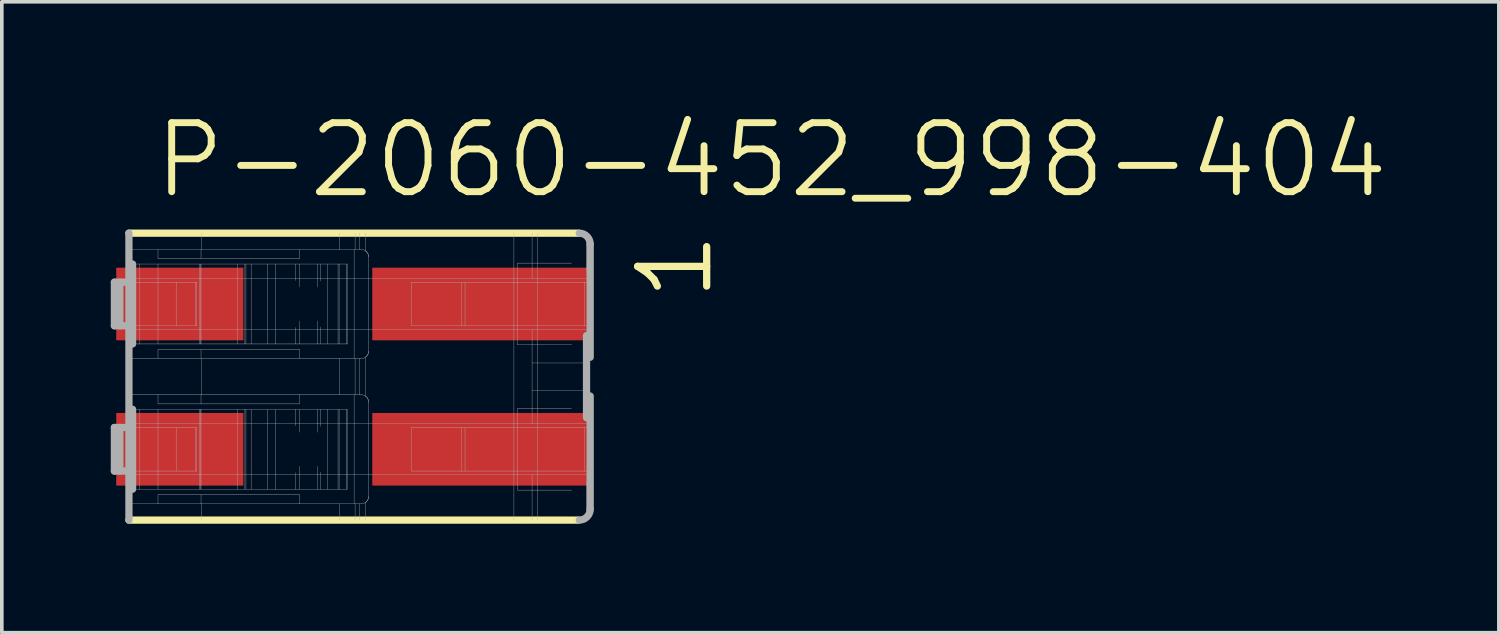
<source format=kicad_pcb>
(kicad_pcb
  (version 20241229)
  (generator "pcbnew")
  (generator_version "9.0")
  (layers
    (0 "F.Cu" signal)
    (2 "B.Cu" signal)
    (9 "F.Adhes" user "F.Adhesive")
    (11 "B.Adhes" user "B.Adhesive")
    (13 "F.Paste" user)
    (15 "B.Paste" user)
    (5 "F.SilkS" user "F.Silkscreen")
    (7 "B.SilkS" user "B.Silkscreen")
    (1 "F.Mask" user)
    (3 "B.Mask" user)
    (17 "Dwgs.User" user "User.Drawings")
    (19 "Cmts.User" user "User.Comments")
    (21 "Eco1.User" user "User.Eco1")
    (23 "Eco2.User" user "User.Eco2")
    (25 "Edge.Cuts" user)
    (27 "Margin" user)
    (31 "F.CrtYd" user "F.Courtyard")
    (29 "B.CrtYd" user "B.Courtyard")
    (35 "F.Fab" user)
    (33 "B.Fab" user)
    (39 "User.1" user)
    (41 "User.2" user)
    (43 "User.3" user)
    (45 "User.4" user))
  (footprint "P-2060-452_998-404"
    (layer "F.Cu")
    (at 6.075 7.32)
    (property "Reference" "P-2060-452_998-404" (at -4.975 -4.85 0) (layer "F.SilkS") (effects (font (size 1.9 1.9) (thickness 0.19)) (justify left bottom)))
    (attr through_hole)
    (fp_line (start -5.575 3.95) (end 6.8 3.95) (stroke (width 0.2) (type solid)) (layer "F.SilkS"))
    (fp_line (start 6.8 -3.95) (end -5.575 -3.95) (stroke (width 0.2) (type solid)) (layer "F.SilkS"))
    (fp_line (start -5.975 -1.4) (end -5.975 -2.6) (stroke (width 0.2) (type solid)) (layer "F.Fab"))
    (fp_line (start -5.975 2.6) (end -5.975 1.4) (stroke (width 0.2) (type solid)) (layer "F.Fab"))
    (fp_line (start -5.825 -1.4) (end -5.825 -2.6) (stroke (width 0.2) (type solid)) (layer "F.Fab"))
    (fp_line (start -5.825 2.6) (end -5.825 1.4) (stroke (width 0.2) (type solid)) (layer "F.Fab"))
    (fp_line (start -5.575 -3.95) (end -5.575 -2.6) (stroke (width 0.2) (type solid)) (layer "F.Fab"))
    (fp_line (start -5.575 -3.5) (end -4.775 -3.5) (stroke (width 0.01) (type solid)) (layer "F.Fab"))
    (fp_line (start -5.575 -2.7) (end 7.125 -2.7) (stroke (width 0.01) (type solid)) (layer "F.Fab"))
    (fp_line (start -5.575 -2.6) (end -5.975 -2.6) (stroke (width 0.2) (type solid)) (layer "F.Fab"))
    (fp_line (start -5.575 -2.6) (end -5.575 -1.4) (stroke (width 0.2) (type solid)) (layer "F.Fab"))
    (fp_line (start -5.575 -2.6) (end -3.714 -2.6) (stroke (width 0.01) (type solid)) (layer "F.Fab"))
    (fp_line (start -5.575 -1.4) (end -5.975 -1.4) (stroke (width 0.2) (type solid)) (layer "F.Fab"))
    (fp_line (start -5.575 -1.4) (end -5.575 1.4) (stroke (width 0.2) (type solid)) (layer "F.Fab"))
    (fp_line (start -5.575 -1.4) (end -3.714 -1.4) (stroke (width 0.01) (type solid)) (layer "F.Fab"))
    (fp_line (start -5.575 0.5) (end -4.775 0.5) (stroke (width 0.01) (type solid)) (layer "F.Fab"))
    (fp_line (start -5.575 1.3) (end 7.125 1.3) (stroke (width 0.01) (type solid)) (layer "F.Fab"))
    (fp_line (start -5.575 1.4) (end -5.975 1.4) (stroke (width 0.2) (type solid)) (layer "F.Fab"))
    (fp_line (start -5.575 1.4) (end -5.575 2.6) (stroke (width 0.2) (type solid)) (layer "F.Fab"))
    (fp_line (start -5.575 1.4) (end -3.714 1.4) (stroke (width 0.01) (type solid)) (layer "F.Fab"))
    (fp_line (start -5.575 2.6) (end -5.975 2.6) (stroke (width 0.2) (type solid)) (layer "F.Fab"))
    (fp_line (start -5.575 2.6) (end -5.575 3.95) (stroke (width 0.2) (type solid)) (layer "F.Fab"))
    (fp_line (start -5.575 2.6) (end -3.714 2.6) (stroke (width 0.01) (type solid)) (layer "F.Fab"))
    (fp_line (start -5.475 -3.1) (end -5.475 -0.9) (stroke (width 0.2) (type solid)) (layer "F.Fab"))
    (fp_line (start -5.475 0.9) (end -5.475 3.1) (stroke (width 0.2) (type solid)) (layer "F.Fab"))
    (fp_line (start -5.275 -0.9) (end -5.275 -3.1) (stroke (width 0.01) (type solid)) (layer "F.Fab"))
    (fp_line (start -5.275 3.1) (end -5.275 0.9) (stroke (width 0.01) (type solid)) (layer "F.Fab"))
    (fp_line (start -4.775 -3.5) (end -4.775 -3.25) (stroke (width 0.01) (type solid)) (layer "F.Fab"))
    (fp_line (start -4.775 -3.5) (end -3.59 -3.5) (stroke (width 0.01) (type solid)) (layer "F.Fab"))
    (fp_line (start -4.775 -3.25) (end -0.875 -3.25) (stroke (width 0.01) (type solid)) (layer "F.Fab"))
    (fp_line (start -4.775 -3.1) (end -4.775 -0.9) (stroke (width 0.01) (type solid)) (layer "F.Fab"))
    (fp_line (start -4.775 -0.5) (end -5.575 -0.5) (stroke (width 0.01) (type solid)) (layer "F.Fab"))
    (fp_line (start -4.775 -0.5) (end -4.775 -0.75) (stroke (width 0.01) (type solid)) (layer "F.Fab"))
    (fp_line (start -4.775 0.5) (end -4.775 0.75) (stroke (width 0.01) (type solid)) (layer "F.Fab"))
    (fp_line (start -4.775 0.5) (end -3.59 0.5) (stroke (width 0.01) (type solid)) (layer "F.Fab"))
    (fp_line (start -4.775 0.75) (end -0.875 0.75) (stroke (width 0.01) (type solid)) (layer "F.Fab"))
    (fp_line (start -4.775 0.9) (end -4.775 3.1) (stroke (width 0.01) (type solid)) (layer "F.Fab"))
    (fp_line (start -4.775 3.5) (end -5.575 3.5) (stroke (width 0.01) (type solid)) (layer "F.Fab"))
    (fp_line (start -4.775 3.5) (end -4.775 3.25) (stroke (width 0.01) (type solid)) (layer "F.Fab"))
    (fp_line (start -4.275 -1.4) (end -4.275 -2.6) (stroke (width 0.01) (type solid)) (layer "F.Fab"))
    (fp_line (start -4.275 2.6) (end -4.275 1.4) (stroke (width 0.01) (type solid)) (layer "F.Fab"))
    (fp_line (start -3.747 -1.4) (end -3.747 -2.6) (stroke (width 0.01) (type solid)) (layer "F.Fab"))
    (fp_line (start -3.747 2.6) (end -3.747 1.4) (stroke (width 0.01) (type solid)) (layer "F.Fab"))
    (fp_line (start -3.714 -1.4) (end -3.714 -2.6) (stroke (width 0.01) (type solid)) (layer "F.Fab"))
    (fp_line (start -3.714 2.6) (end -3.714 1.4) (stroke (width 0.01) (type solid)) (layer "F.Fab"))
    (fp_line (start -3.634 -0.9) (end -3.634 -3.1) (stroke (width 0.01) (type solid)) (layer "F.Fab"))
    (fp_line (start -3.634 3.1) (end -3.634 0.9) (stroke (width 0.01) (type solid)) (layer "F.Fab"))
    (fp_line (start -3.599 -0.9) (end -3.599 -3.1) (stroke (width 0.01) (type solid)) (layer "F.Fab"))
    (fp_line (start -3.599 3.1) (end -3.599 0.9) (stroke (width 0.01) (type solid)) (layer "F.Fab"))
    (fp_line (start -3.59 -3.5) (end -3.59 -3.25) (stroke (width 0.01) (type solid)) (layer "F.Fab"))
    (fp_line (start -3.59 -3.5) (end -0.875 -3.5) (stroke (width 0.01) (type solid)) (layer "F.Fab"))
    (fp_line (start -3.59 -0.9) (end -3.59 -3.1) (stroke (width 0.01) (type solid)) (layer "F.Fab"))
    (fp_line (start -3.59 -0.5) (end -4.775 -0.5) (stroke (width 0.01) (type solid)) (layer "F.Fab"))
    (fp_line (start -3.59 -0.5) (end -3.59 -0.75) (stroke (width 0.01) (type solid)) (layer "F.Fab"))
    (fp_line (start -3.59 0.5) (end -3.59 0.75) (stroke (width 0.01) (type solid)) (layer "F.Fab"))
    (fp_line (start -3.59 0.5) (end -0.875 0.5) (stroke (width 0.01) (type solid)) (layer "F.Fab"))
    (fp_line (start -3.59 3.1) (end -3.59 0.9) (stroke (width 0.01) (type solid)) (layer "F.Fab"))
    (fp_line (start -3.59 3.5) (end -4.775 3.5) (stroke (width 0.01) (type solid)) (layer "F.Fab"))
    (fp_line (start -3.59 3.5) (end -3.59 3.25) (stroke (width 0.01) (type solid)) (layer "F.Fab"))
    (fp_line (start -3.575 -3.95) (end -3.575 -3.5) (stroke (width 0.01) (type solid)) (layer "F.Fab"))
    (fp_line (start -3.575 -0.5) (end -3.575 0.5) (stroke (width 0.01) (type solid)) (layer "F.Fab"))
    (fp_line (start -3.575 3.5) (end -3.575 3.95) (stroke (width 0.01) (type solid)) (layer "F.Fab"))
    (fp_line (start -2.592 -0.9) (end -2.592 -3.1) (stroke (width 0.01) (type solid)) (layer "F.Fab"))
    (fp_line (start -2.592 3.1) (end -2.592 0.9) (stroke (width 0.01) (type solid)) (layer "F.Fab"))
    (fp_line (start -2.382 -0.9) (end -2.382 -3.1) (stroke (width 0.01) (type solid)) (layer "F.Fab"))
    (fp_line (start -2.382 3.1) (end -2.382 0.9) (stroke (width 0.01) (type solid)) (layer "F.Fab"))
    (fp_line (start -2.353 -0.9) (end -2.353 -3.1) (stroke (width 0.01) (type solid)) (layer "F.Fab"))
    (fp_line (start -2.353 3.1) (end -2.353 0.9) (stroke (width 0.01) (type solid)) (layer "F.Fab"))
    (fp_line (start -2.21 -0.9) (end -2.21 -3.1) (stroke (width 0.01) (type solid)) (layer "F.Fab"))
    (fp_line (start -2.21 3.1) (end -2.21 0.9) (stroke (width 0.01) (type solid)) (layer "F.Fab"))
    (fp_line (start -1.759 -0.9) (end -1.759 -3.1) (stroke (width 0.01) (type solid)) (layer "F.Fab"))
    (fp_line (start -1.759 3.1) (end -1.759 0.9) (stroke (width 0.01) (type solid)) (layer "F.Fab"))
    (fp_line (start -1.54 -0.9) (end -5.475 -0.9) (stroke (width 0.01) (type solid)) (layer "F.Fab"))
    (fp_line (start -1.54 -0.9) (end -1.54 -3.1) (stroke (width 0.01) (type solid)) (layer "F.Fab"))
    (fp_line (start -1.54 3.1) (end -5.475 3.1) (stroke (width 0.01) (type solid)) (layer "F.Fab"))
    (fp_line (start -1.54 3.1) (end -1.54 0.9) (stroke (width 0.01) (type solid)) (layer "F.Fab"))
    (fp_line (start -0.992 -3.1) (end -5.475 -3.1) (stroke (width 0.01) (type solid)) (layer "F.Fab"))
    (fp_line (start -0.992 -2.647) (end -0.992 -3.1) (stroke (width 0.01) (type solid)) (layer "F.Fab"))
    (fp_line (start -0.992 -0.9) (end -1.54 -0.9) (stroke (width 0.01) (type solid)) (layer "F.Fab"))
    (fp_line (start -0.992 -0.9) (end -0.992 -1.353) (stroke (width 0.01) (type solid)) (layer "F.Fab"))
    (fp_line (start -0.992 0.9) (end -5.475 0.9) (stroke (width 0.01) (type solid)) (layer "F.Fab"))
    (fp_line (start -0.992 1.353) (end -0.992 0.9) (stroke (width 0.01) (type solid)) (layer "F.Fab"))
    (fp_line (start -0.992 3.1) (end -1.54 3.1) (stroke (width 0.01) (type solid)) (layer "F.Fab"))
    (fp_line (start -0.992 3.1) (end -0.992 2.647) (stroke (width 0.01) (type solid)) (layer "F.Fab"))
    (fp_line (start -0.875 -3.5) (end -0.875 -3.25) (stroke (width 0.01) (type solid)) (layer "F.Fab"))
    (fp_line (start -0.875 -3.5) (end 0.825 -3.5) (stroke (width 0.01) (type solid)) (layer "F.Fab"))
    (fp_line (start -0.875 -0.75) (end -4.775 -0.75) (stroke (width 0.01) (type solid)) (layer "F.Fab"))
    (fp_line (start -0.875 -0.5) (end -3.59 -0.5) (stroke (width 0.01) (type solid)) (layer "F.Fab"))
    (fp_line (start -0.875 -0.5) (end -0.875 -0.75) (stroke (width 0.01) (type solid)) (layer "F.Fab"))
    (fp_line (start -0.875 0.5) (end -0.875 0.75) (stroke (width 0.01) (type solid)) (layer "F.Fab"))
    (fp_line (start -0.875 0.5) (end 0.825 0.5) (stroke (width 0.01) (type solid)) (layer "F.Fab"))
    (fp_line (start -0.875 3.25) (end -4.775 3.25) (stroke (width 0.01) (type solid)) (layer "F.Fab"))
    (fp_line (start -0.875 3.5) (end -3.59 3.5) (stroke (width 0.01) (type solid)) (layer "F.Fab"))
    (fp_line (start -0.875 3.5) (end -0.875 3.25) (stroke (width 0.01) (type solid)) (layer "F.Fab"))
    (fp_line (start -0.873 -2.47) (end -0.873 -3.1) (stroke (width 0.01) (type solid)) (layer "F.Fab"))
    (fp_line (start -0.873 -0.9) (end -0.873 -1.53) (stroke (width 0.01) (type solid)) (layer "F.Fab"))
    (fp_line (start -0.873 1.53) (end -0.873 0.9) (stroke (width 0.01) (type solid)) (layer "F.Fab"))
    (fp_line (start -0.873 3.1) (end -0.873 2.47) (stroke (width 0.01) (type solid)) (layer "F.Fab"))
    (fp_line (start -0.374 -2.469) (end -0.374 -3.1) (stroke (width 0.01) (type solid)) (layer "F.Fab"))
    (fp_line (start -0.374 -0.9) (end -0.374 -1.531) (stroke (width 0.01) (type solid)) (layer "F.Fab"))
    (fp_line (start -0.374 1.531) (end -0.374 0.9) (stroke (width 0.01) (type solid)) (layer "F.Fab"))
    (fp_line (start -0.374 3.1) (end -0.374 2.469) (stroke (width 0.01) (type solid)) (layer "F.Fab"))
    (fp_line (start -0.296 -2.634) (end -0.296 -3.1) (stroke (width 0.01) (type solid)) (layer "F.Fab"))
    (fp_line (start -0.296 -0.9) (end -0.296 -1.366) (stroke (width 0.01) (type solid)) (layer "F.Fab"))
    (fp_line (start -0.296 1.366) (end -0.296 0.9) (stroke (width 0.01) (type solid)) (layer "F.Fab"))
    (fp_line (start -0.296 3.1) (end -0.296 2.634) (stroke (width 0.01) (type solid)) (layer "F.Fab"))
    (fp_line (start -0.111 -0.9) (end -0.111 -3.1) (stroke (width 0.01) (type solid)) (layer "F.Fab"))
    (fp_line (start -0.111 3.1) (end -0.111 0.9) (stroke (width 0.01) (type solid)) (layer "F.Fab"))
    (fp_line (start 0.183 -0.9) (end 0.183 -3.1) (stroke (width 0.01) (type solid)) (layer "F.Fab"))
    (fp_line (start 0.183 3.1) (end 0.183 0.9) (stroke (width 0.01) (type solid)) (layer "F.Fab"))
    (fp_line (start 0.212 -0.9) (end 0.212 -3.1) (stroke (width 0.01) (type solid)) (layer "F.Fab"))
    (fp_line (start 0.212 3.1) (end 0.212 0.9) (stroke (width 0.01) (type solid)) (layer "F.Fab"))
    (fp_line (start 0.219 -3.95) (end 0.219 -3.5) (stroke (width 0.01) (type solid)) (layer "F.Fab"))
    (fp_line (start 0.219 -0.5) (end 0.219 0.5) (stroke (width 0.01) (type solid)) (layer "F.Fab"))
    (fp_line (start 0.219 3.5) (end 0.219 3.95) (stroke (width 0.01) (type solid)) (layer "F.Fab"))
    (fp_line (start 0.423 -0.9) (end -0.992 -0.9) (stroke (width 0.01) (type solid)) (layer "F.Fab"))
    (fp_line (start 0.423 -0.9) (end 0.423 -3.1) (stroke (width 0.01) (type solid)) (layer "F.Fab"))
    (fp_line (start 0.423 3.1) (end -0.992 3.1) (stroke (width 0.01) (type solid)) (layer "F.Fab"))
    (fp_line (start 0.423 3.1) (end 0.423 0.9) (stroke (width 0.01) (type solid)) (layer "F.Fab"))
    (fp_line (start 0.433 -3.1) (end -0.992 -3.1) (stroke (width 0.01) (type solid)) (layer "F.Fab"))
    (fp_line (start 0.433 -0.9) (end 0.423 -0.9) (stroke (width 0.01) (type solid)) (layer "F.Fab"))
    (fp_line (start 0.433 -0.9) (end 0.433 -3.1) (stroke (width 0.01) (type solid)) (layer "F.Fab"))
    (fp_line (start 0.433 0.9) (end -0.992 0.9) (stroke (width 0.01) (type solid)) (layer "F.Fab"))
    (fp_line (start 0.433 3.1) (end 0.423 3.1) (stroke (width 0.01) (type solid)) (layer "F.Fab"))
    (fp_line (start 0.433 3.1) (end 0.433 0.9) (stroke (width 0.01) (type solid)) (layer "F.Fab"))
    (fp_line (start 0.625 -3.5) (end 0.625 -0.5) (stroke (width 0.01) (type solid)) (layer "F.Fab"))
    (fp_line (start 0.625 0.5) (end 0.625 3.5) (stroke (width 0.01) (type solid)) (layer "F.Fab"))
    (fp_line (start 0.652 -3.95) (end 0.652 -3.5) (stroke (width 0.01) (type solid)) (layer "F.Fab"))
    (fp_line (start 0.652 -0.5) (end 0.652 0.5) (stroke (width 0.01) (type solid)) (layer "F.Fab"))
    (fp_line (start 0.652 3.5) (end 0.652 3.95) (stroke (width 0.01) (type solid)) (layer "F.Fab"))
    (fp_line (start 0.767 -3.95) (end 0.767 -3.5) (stroke (width 0.01) (type solid)) (layer "F.Fab"))
    (fp_line (start 0.767 -0.5) (end 0.767 0.5) (stroke (width 0.01) (type solid)) (layer "F.Fab"))
    (fp_line (start 0.767 3.5) (end 0.767 3.95) (stroke (width 0.01) (type solid)) (layer "F.Fab"))
    (fp_line (start 0.825 -0.5) (end -0.875 -0.5) (stroke (width 0.01) (type solid)) (layer "F.Fab"))
    (fp_line (start 0.825 3.5) (end -0.875 3.5) (stroke (width 0.01) (type solid)) (layer "F.Fab"))
    (fp_line (start 0.941 -3.95) (end 0.941 -3.463) (stroke (width 0.01) (type solid)) (layer "F.Fab"))
    (fp_line (start 0.941 -0.537) (end 0.941 0.537) (stroke (width 0.01) (type solid)) (layer "F.Fab"))
    (fp_line (start 0.941 3.463) (end 0.941 3.95) (stroke (width 0.01) (type solid)) (layer "F.Fab"))
    (fp_line (start 1.025 -3.3) (end 1.025 -0.7) (stroke (width 0.01) (type solid)) (layer "F.Fab"))
    (fp_line (start 1.025 0.7) (end 1.025 3.3) (stroke (width 0.01) (type solid)) (layer "F.Fab"))
    (fp_line (start 2.208 -2.6) (end 2.208 -1.4) (stroke (width 0.01) (type solid)) (layer "F.Fab"))
    (fp_line (start 2.208 -1.4) (end 3.574 -1.4) (stroke (width 0.01) (type solid)) (layer "F.Fab"))
    (fp_line (start 2.208 1.4) (end 2.208 2.6) (stroke (width 0.01) (type solid)) (layer "F.Fab"))
    (fp_line (start 2.208 2.6) (end 3.574 2.6) (stroke (width 0.01) (type solid)) (layer "F.Fab"))
    (fp_line (start 3.574 -1.4) (end 3.574 -2.6) (stroke (width 0.01) (type solid)) (layer "F.Fab"))
    (fp_line (start 3.574 -1.4) (end 3.679 -1.4) (stroke (width 0.01) (type solid)) (layer "F.Fab"))
    (fp_line (start 3.574 2.6) (end 3.574 1.4) (stroke (width 0.01) (type solid)) (layer "F.Fab"))
    (fp_line (start 3.574 2.6) (end 3.679 2.6) (stroke (width 0.01) (type solid)) (layer "F.Fab"))
    (fp_line (start 3.679 -1.4) (end 3.679 -2.6) (stroke (width 0.01) (type solid)) (layer "F.Fab"))
    (fp_line (start 3.679 -1.4) (end 6.975 -1.4) (stroke (width 0.01) (type solid)) (layer "F.Fab"))
    (fp_line (start 3.679 2.6) (end 3.679 1.4) (stroke (width 0.01) (type solid)) (layer "F.Fab"))
    (fp_line (start 3.679 2.6) (end 6.975 2.6) (stroke (width 0.01) (type solid)) (layer "F.Fab"))
    (fp_line (start 5.025 -3.95) (end 5.025 3.95) (stroke (width 0.01) (type solid)) (layer "F.Fab"))
    (fp_line (start 5.125 -0.875) (end 5.125 -3.125) (stroke (width 0.01) (type solid)) (layer "F.Fab"))
    (fp_line (start 5.125 -0.875) (end 6.613 -0.875) (stroke (width 0.01) (type solid)) (layer "F.Fab"))
    (fp_line (start 5.125 3.125) (end 5.125 0.875) (stroke (width 0.01) (type solid)) (layer "F.Fab"))
    (fp_line (start 5.125 3.125) (end 6.613 3.125) (stroke (width 0.01) (type solid)) (layer "F.Fab"))
    (fp_line (start 5.525 -3.95) (end 5.525 -2.7) (stroke (width 0.01) (type solid)) (layer "F.Fab"))
    (fp_line (start 5.525 -1.3) (end 5.525 -0.376) (stroke (width 0.01) (type solid)) (layer "F.Fab"))
    (fp_line (start 5.525 -0.376) (end 5.525 0.376) (stroke (width 0.01) (type solid)) (layer "F.Fab"))
    (fp_line (start 5.525 0.376) (end 5.525 1.3) (stroke (width 0.01) (type solid)) (layer "F.Fab"))
    (fp_line (start 5.525 2.7) (end 5.525 3.95) (stroke (width 0.01) (type solid)) (layer "F.Fab"))
    (fp_line (start 5.675 -3.95) (end 5.675 3.95) (stroke (width 0.01) (type solid)) (layer "F.Fab"))
    (fp_line (start 6.613 -3.125) (end 5.125 -3.125) (stroke (width 0.01) (type solid)) (layer "F.Fab"))
    (fp_line (start 6.613 0.875) (end 5.125 0.875) (stroke (width 0.01) (type solid)) (layer "F.Fab"))
    (fp_line (start 6.975 -1.4) (end 6.975 -2.6) (stroke (width 0.01) (type solid)) (layer "F.Fab"))
    (fp_line (start 6.975 -1.4) (end 7.125 -1.4) (stroke (width 0.01) (type solid)) (layer "F.Fab"))
    (fp_line (start 6.975 2.6) (end 6.975 1.4) (stroke (width 0.01) (type solid)) (layer "F.Fab"))
    (fp_line (start 6.975 2.6) (end 7.125 2.6) (stroke (width 0.01) (type solid)) (layer "F.Fab"))
    (fp_line (start 7.024 -3.745) (end 7.024 -2.87) (stroke (width 0.01) (type solid)) (layer "F.Fab"))
    (fp_line (start 7.024 -1.13) (end 7.024 1.13) (stroke (width 0.2) (type solid)) (layer "F.Fab"))
    (fp_line (start 7.024 2.87) (end 7.024 3.745) (stroke (width 0.01) (type solid)) (layer "F.Fab"))
    (fp_line (start 7.107 -0.376) (end 5.525 -0.376) (stroke (width 0.01) (type solid)) (layer "F.Fab"))
    (fp_line (start 7.107 0.376) (end 5.525 0.376) (stroke (width 0.01) (type solid)) (layer "F.Fab"))
    (fp_line (start 7.125 -3.65) (end 7.125 -0.534) (stroke (width 0.2) (type solid)) (layer "F.Fab"))
    (fp_line (start 7.125 -2.6) (end 2.208 -2.6) (stroke (width 0.01) (type solid)) (layer "F.Fab"))
    (fp_line (start 7.125 -1.3) (end -5.575 -1.3) (stroke (width 0.01) (type solid)) (layer "F.Fab"))
    (fp_line (start 7.125 0.534) (end 7.125 3.65) (stroke (width 0.2) (type solid)) (layer "F.Fab"))
    (fp_line (start 7.125 1.4) (end 2.208 1.4) (stroke (width 0.01) (type solid)) (layer "F.Fab"))
    (fp_line (start 7.125 2.7) (end -5.575 2.7) (stroke (width 0.01) (type solid)) (layer "F.Fab"))
    (fp_arc (start 0.824999 -3.5) (mid 0.885596 -3.490609) (end 0.9405 -3.4633) (stroke (width 0.01) (type solid)) (layer "F.Fab"))
    (fp_arc (start 0.825 0.499999) (mid 0.885597 0.50939) (end 0.9405 0.5367) (stroke (width 0.01) (type solid)) (layer "F.Fab"))
    (fp_arc (start 0.940499 -3.4633) (mid 1.002628 -3.391936) (end 1.025 -3.3) (stroke (width 0.01) (type solid)) (layer "F.Fab"))
    (fp_arc (start 0.940499 -3.4633) (mid 1.002628 -3.391936) (end 1.025 -3.3) (stroke (width 0.01) (type solid)) (layer "F.Fab"))
    (fp_arc (start 0.9405 -0.536701) (mid 0.885597 -0.509392) (end 0.825 -0.5) (stroke (width 0.01) (type solid)) (layer "F.Fab"))
    (fp_arc (start 0.9405 0.5367) (mid 1.002628 0.608064) (end 1.025 0.7) (stroke (width 0.01) (type solid)) (layer "F.Fab"))
    (fp_arc (start 0.9405 0.5367) (mid 1.002628 0.608064) (end 1.025 0.7) (stroke (width 0.01) (type solid)) (layer "F.Fab"))
    (fp_arc (start 0.9405 3.463299) (mid 0.885597 3.490608) (end 0.825 3.5) (stroke (width 0.01) (type solid)) (layer "F.Fab"))
    (fp_arc (start 1.025 -0.7) (mid 1.002628 -0.608064) (end 0.9405 -0.5367) (stroke (width 0.01) (type solid)) (layer "F.Fab"))
    (fp_arc (start 1.025 -0.7) (mid 1.002628 -0.608064) (end 0.9405 -0.5367) (stroke (width 0.01) (type solid)) (layer "F.Fab"))
    (fp_arc (start 1.025001 3.3) (mid 1.002629 3.391936) (end 0.9405 3.4633) (stroke (width 0.01) (type solid)) (layer "F.Fab"))
    (fp_arc (start 1.025001 3.3) (mid 1.002629 3.391936) (end 0.9405 3.4633) (stroke (width 0.01) (type solid)) (layer "F.Fab"))
    (fp_arc (start 6.825 -3.95) (mid 7.037132 -3.862132) (end 7.125 -3.65) (stroke (width 0.2) (type solid)) (layer "F.Fab"))
    (fp_arc (start 7.125 3.65) (mid 7.037132 3.862132) (end 6.825 3.95) (stroke (width 0.2) (type solid)) (layer "F.Fab"))
    (fp_text user "1" (at 10.575 -2 90) (layer "F.SilkS") (effects (font (size 1.9 1.9) (thickness 0.2)) (justify left bottom)))
    (pad "1" smd rect (at -4.175 -2) (size 3.5 2) (layers "F.Cu" "F.Mask" "F.Paste"))
    (pad "1" smd rect (at 4.125 -2) (size 6 2) (layers "F.Cu" "F.Mask" "F.Paste"))
    (pad "2" smd rect (at -4.175 2) (size 3.5 2) (layers "F.Cu" "F.Mask" "F.Paste"))
    (pad "2" smd rect (at 4.125 2) (size 6 2) (layers "F.Cu" "F.Mask" "F.Paste")))
  (gr_rect
    (start -3 -3)
    (end 38.219 14.37)
    (stroke (width 0.1) (type default))
    (fill no)
    (layer "Edge.Cuts")))
</source>
